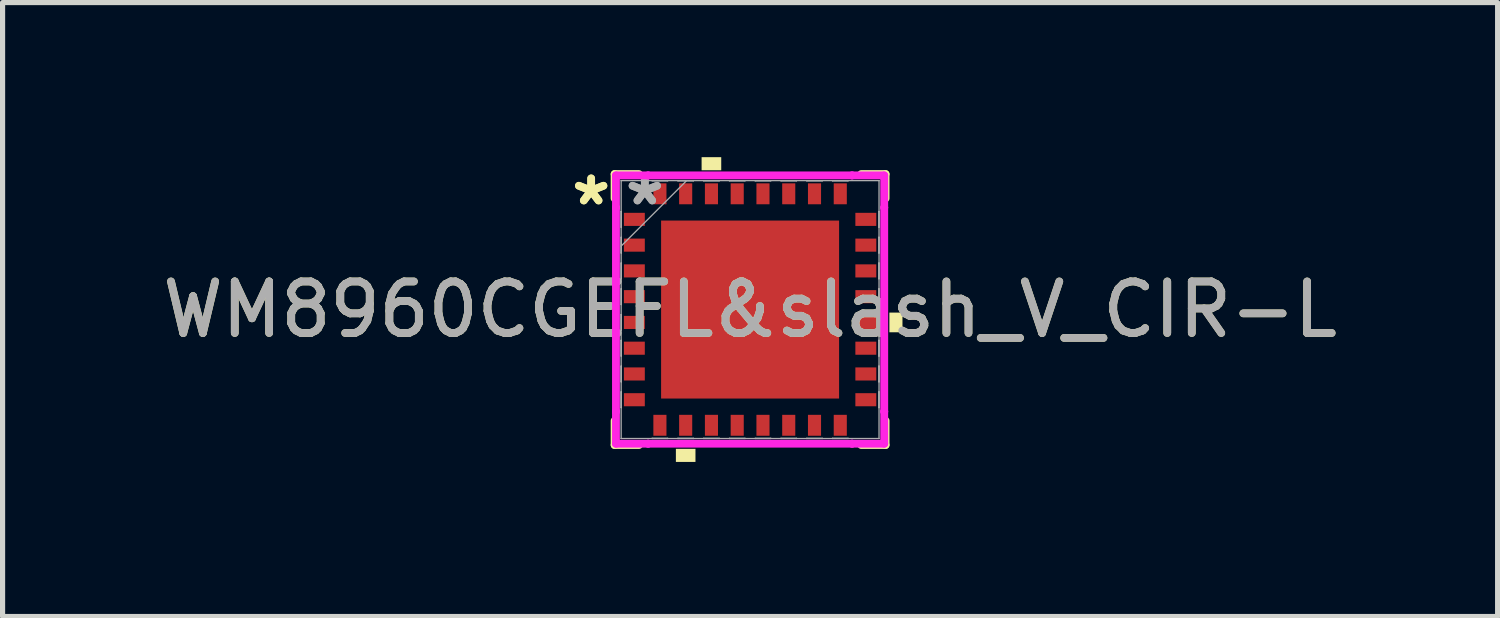
<source format=kicad_pcb>
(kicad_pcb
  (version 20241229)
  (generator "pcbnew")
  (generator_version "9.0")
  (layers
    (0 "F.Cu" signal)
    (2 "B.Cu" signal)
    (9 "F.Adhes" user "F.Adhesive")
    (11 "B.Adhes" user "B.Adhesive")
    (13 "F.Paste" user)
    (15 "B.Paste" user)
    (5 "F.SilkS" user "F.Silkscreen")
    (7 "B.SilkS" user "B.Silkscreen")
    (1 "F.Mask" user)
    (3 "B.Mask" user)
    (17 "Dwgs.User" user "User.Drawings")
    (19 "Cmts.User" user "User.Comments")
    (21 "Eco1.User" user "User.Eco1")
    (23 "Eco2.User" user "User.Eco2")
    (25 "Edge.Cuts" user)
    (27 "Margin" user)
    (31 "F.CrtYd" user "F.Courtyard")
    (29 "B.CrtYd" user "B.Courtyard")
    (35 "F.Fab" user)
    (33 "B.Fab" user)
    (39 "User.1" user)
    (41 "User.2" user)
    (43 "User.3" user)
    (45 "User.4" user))
  (footprint "WM8960CGEFL&slash_V_CIR-L"
    (layer "F.Cu")
    (at 11.506 2.957)
    (property "Reference" "WM8960CGEFL&slash_V_CIR-L" (at 0 0 0) (unlocked yes) (layer "F.SilkS") (effects (font (size 1 1) (thickness 0.15))))
    (attr smd)
    (fp_line (start -2.629 -2.629) (end -2.629 -2.157) (stroke (width 0.152) (type solid)) (layer "F.SilkS"))
    (fp_line (start -2.629 2.157) (end -2.629 2.629) (stroke (width 0.152) (type solid)) (layer "F.SilkS"))
    (fp_line (start -2.629 2.629) (end -2.157 2.629) (stroke (width 0.152) (type solid)) (layer "F.SilkS"))
    (fp_line (start -2.157 -2.629) (end -2.629 -2.629) (stroke (width 0.152) (type solid)) (layer "F.SilkS"))
    (fp_line (start 2.157 2.629) (end 2.629 2.629) (stroke (width 0.152) (type solid)) (layer "F.SilkS"))
    (fp_line (start 2.629 -2.629) (end 2.157 -2.629) (stroke (width 0.152) (type solid)) (layer "F.SilkS"))
    (fp_line (start 2.629 -2.157) (end 2.629 -2.629) (stroke (width 0.152) (type solid)) (layer "F.SilkS"))
    (fp_line (start 2.629 2.629) (end 2.629 2.157) (stroke (width 0.152) (type solid)) (layer "F.SilkS"))
    (fp_poly (pts (xy -1.44 2.703) (xy -1.44 2.957) (xy -1.06 2.957) (xy -1.06 2.703)) (stroke (width 0) (type solid)) (fill yes) (layer "F.SilkS"))
    (fp_poly (pts (xy -0.941 -2.703) (xy -0.941 -2.957) (xy -0.56 -2.957) (xy -0.56 -2.703)) (stroke (width 0) (type solid)) (fill yes) (layer "F.SilkS"))
    (fp_poly (pts (xy 2.957 0.059) (xy 2.957 0.441) (xy 2.703 0.441) (xy 2.703 0.059)) (stroke (width 0) (type solid)) (fill yes) (layer "F.SilkS"))
    (fp_poly (pts (xy -1.627 -1.627) (xy -1.627 -0.1) (xy -0.1 -0.1) (xy -0.1 -1.627)) (stroke (width 0) (type solid)) (fill yes) (layer "F.Paste"))
    (fp_poly (pts (xy -1.627 0.1) (xy -1.627 1.627) (xy -0.1 1.627) (xy -0.1 0.1)) (stroke (width 0) (type solid)) (fill yes) (layer "F.Paste"))
    (fp_poly (pts (xy 0.1 -1.627) (xy 0.1 -0.1) (xy 1.627 -0.1) (xy 1.627 -1.627)) (stroke (width 0) (type solid)) (fill yes) (layer "F.Paste"))
    (fp_poly (pts (xy 0.1 0.1) (xy 0.1 1.627) (xy 1.627 1.627) (xy 1.627 0.1)) (stroke (width 0) (type solid)) (fill yes) (layer "F.Paste"))
    (fp_line (start -2.603 -2.603) (end -1.979 -2.603) (stroke (width 0.152) (type solid)) (layer "F.CrtYd"))
    (fp_line (start -2.603 -1.979) (end -2.603 -2.603) (stroke (width 0.152) (type solid)) (layer "F.CrtYd"))
    (fp_line (start -2.603 -1.979) (end -2.603 -1.979) (stroke (width 0.152) (type solid)) (layer "F.CrtYd"))
    (fp_line (start -2.603 1.979) (end -2.603 -1.979) (stroke (width 0.152) (type solid)) (layer "F.CrtYd"))
    (fp_line (start -2.603 1.979) (end -2.603 1.979) (stroke (width 0.152) (type solid)) (layer "F.CrtYd"))
    (fp_line (start -2.603 2.603) (end -2.603 1.979) (stroke (width 0.152) (type solid)) (layer "F.CrtYd"))
    (fp_line (start -1.979 -2.603) (end -1.979 -2.603) (stroke (width 0.152) (type solid)) (layer "F.CrtYd"))
    (fp_line (start -1.979 -2.603) (end 1.979 -2.603) (stroke (width 0.152) (type solid)) (layer "F.CrtYd"))
    (fp_line (start -1.979 2.603) (end -2.603 2.603) (stroke (width 0.152) (type solid)) (layer "F.CrtYd"))
    (fp_line (start -1.979 2.603) (end -1.979 2.603) (stroke (width 0.152) (type solid)) (layer "F.CrtYd"))
    (fp_line (start 1.979 -2.603) (end 1.979 -2.603) (stroke (width 0.152) (type solid)) (layer "F.CrtYd"))
    (fp_line (start 1.979 -2.603) (end 2.603 -2.603) (stroke (width 0.152) (type solid)) (layer "F.CrtYd"))
    (fp_line (start 1.979 2.603) (end -1.979 2.603) (stroke (width 0.152) (type solid)) (layer "F.CrtYd"))
    (fp_line (start 1.979 2.603) (end 1.979 2.603) (stroke (width 0.152) (type solid)) (layer "F.CrtYd"))
    (fp_line (start 2.603 -2.603) (end 2.603 -1.979) (stroke (width 0.152) (type solid)) (layer "F.CrtYd"))
    (fp_line (start 2.603 -1.979) (end 2.603 -1.979) (stroke (width 0.152) (type solid)) (layer "F.CrtYd"))
    (fp_line (start 2.603 -1.979) (end 2.603 1.979) (stroke (width 0.152) (type solid)) (layer "F.CrtYd"))
    (fp_line (start 2.603 1.979) (end 2.603 1.979) (stroke (width 0.152) (type solid)) (layer "F.CrtYd"))
    (fp_line (start 2.603 1.979) (end 2.603 2.603) (stroke (width 0.152) (type solid)) (layer "F.CrtYd"))
    (fp_line (start 2.603 2.603) (end 1.979 2.603) (stroke (width 0.152) (type solid)) (layer "F.CrtYd"))
    (fp_line (start -2.502 -2.502) (end -2.502 -2.502) (stroke (width 0.025) (type solid)) (layer "F.Fab"))
    (fp_line (start -2.502 -2.502) (end -2.502 2.502) (stroke (width 0.025) (type solid)) (layer "F.Fab"))
    (fp_line (start -2.502 -1.902) (end -2.5 -1.902) (stroke (width 0.025) (type solid)) (layer "F.Fab"))
    (fp_line (start -2.502 -1.598) (end -2.502 -1.902) (stroke (width 0.025) (type solid)) (layer "F.Fab"))
    (fp_line (start -2.502 -1.402) (end -2.5 -1.402) (stroke (width 0.025) (type solid)) (layer "F.Fab"))
    (fp_line (start -2.502 -1.232) (end -1.232 -2.502) (stroke (width 0.025) (type solid)) (layer "F.Fab"))
    (fp_line (start -2.502 -1.098) (end -2.502 -1.402) (stroke (width 0.025) (type solid)) (layer "F.Fab"))
    (fp_line (start -2.502 -0.902) (end -2.5 -0.902) (stroke (width 0.025) (type solid)) (layer "F.Fab"))
    (fp_line (start -2.502 -0.598) (end -2.502 -0.902) (stroke (width 0.025) (type solid)) (layer "F.Fab"))
    (fp_line (start -2.502 -0.402) (end -2.5 -0.402) (stroke (width 0.025) (type solid)) (layer "F.Fab"))
    (fp_line (start -2.502 -0.098) (end -2.502 -0.402) (stroke (width 0.025) (type solid)) (layer "F.Fab"))
    (fp_line (start -2.502 0.098) (end -2.5 0.098) (stroke (width 0.025) (type solid)) (layer "F.Fab"))
    (fp_line (start -2.502 0.402) (end -2.502 0.098) (stroke (width 0.025) (type solid)) (layer "F.Fab"))
    (fp_line (start -2.502 0.598) (end -2.5 0.598) (stroke (width 0.025) (type solid)) (layer "F.Fab"))
    (fp_line (start -2.502 0.902) (end -2.502 0.598) (stroke (width 0.025) (type solid)) (layer "F.Fab"))
    (fp_line (start -2.502 1.098) (end -2.5 1.098) (stroke (width 0.025) (type solid)) (layer "F.Fab"))
    (fp_line (start -2.502 1.402) (end -2.502 1.098) (stroke (width 0.025) (type solid)) (layer "F.Fab"))
    (fp_line (start -2.502 1.598) (end -2.5 1.598) (stroke (width 0.025) (type solid)) (layer "F.Fab"))
    (fp_line (start -2.502 1.902) (end -2.502 1.598) (stroke (width 0.025) (type solid)) (layer "F.Fab"))
    (fp_line (start -2.502 2.502) (end -2.502 2.502) (stroke (width 0.025) (type solid)) (layer "F.Fab"))
    (fp_line (start -2.502 2.502) (end 2.502 2.502) (stroke (width 0.025) (type solid)) (layer "F.Fab"))
    (fp_line (start -2.5 -1.902) (end -2.5 -1.598) (stroke (width 0.025) (type solid)) (layer "F.Fab"))
    (fp_line (start -2.5 -1.598) (end -2.502 -1.598) (stroke (width 0.025) (type solid)) (layer "F.Fab"))
    (fp_line (start -2.5 -1.402) (end -2.5 -1.098) (stroke (width 0.025) (type solid)) (layer "F.Fab"))
    (fp_line (start -2.5 -1.098) (end -2.502 -1.098) (stroke (width 0.025) (type solid)) (layer "F.Fab"))
    (fp_line (start -2.5 -0.902) (end -2.5 -0.598) (stroke (width 0.025) (type solid)) (layer "F.Fab"))
    (fp_line (start -2.5 -0.598) (end -2.502 -0.598) (stroke (width 0.025) (type solid)) (layer "F.Fab"))
    (fp_line (start -2.5 -0.402) (end -2.5 -0.098) (stroke (width 0.025) (type solid)) (layer "F.Fab"))
    (fp_line (start -2.5 -0.098) (end -2.502 -0.098) (stroke (width 0.025) (type solid)) (layer "F.Fab"))
    (fp_line (start -2.5 0.098) (end -2.5 0.402) (stroke (width 0.025) (type solid)) (layer "F.Fab"))
    (fp_line (start -2.5 0.402) (end -2.502 0.402) (stroke (width 0.025) (type solid)) (layer "F.Fab"))
    (fp_line (start -2.5 0.598) (end -2.5 0.902) (stroke (width 0.025) (type solid)) (layer "F.Fab"))
    (fp_line (start -2.5 0.902) (end -2.502 0.902) (stroke (width 0.025) (type solid)) (layer "F.Fab"))
    (fp_line (start -2.5 1.098) (end -2.5 1.402) (stroke (width 0.025) (type solid)) (layer "F.Fab"))
    (fp_line (start -2.5 1.402) (end -2.502 1.402) (stroke (width 0.025) (type solid)) (layer "F.Fab"))
    (fp_line (start -2.5 1.598) (end -2.5 1.902) (stroke (width 0.025) (type solid)) (layer "F.Fab"))
    (fp_line (start -2.5 1.902) (end -2.502 1.902) (stroke (width 0.025) (type solid)) (layer "F.Fab"))
    (fp_line (start -1.902 -2.502) (end -1.598 -2.502) (stroke (width 0.025) (type solid)) (layer "F.Fab"))
    (fp_line (start -1.902 -2.5) (end -1.902 -2.502) (stroke (width 0.025) (type solid)) (layer "F.Fab"))
    (fp_line (start -1.902 2.5) (end -1.598 2.5) (stroke (width 0.025) (type solid)) (layer "F.Fab"))
    (fp_line (start -1.902 2.502) (end -1.902 2.5) (stroke (width 0.025) (type solid)) (layer "F.Fab"))
    (fp_line (start -1.598 -2.502) (end -1.598 -2.5) (stroke (width 0.025) (type solid)) (layer "F.Fab"))
    (fp_line (start -1.598 -2.5) (end -1.902 -2.5) (stroke (width 0.025) (type solid)) (layer "F.Fab"))
    (fp_line (start -1.598 2.5) (end -1.598 2.502) (stroke (width 0.025) (type solid)) (layer "F.Fab"))
    (fp_line (start -1.598 2.502) (end -1.902 2.502) (stroke (width 0.025) (type solid)) (layer "F.Fab"))
    (fp_line (start -1.402 -2.502) (end -1.098 -2.502) (stroke (width 0.025) (type solid)) (layer "F.Fab"))
    (fp_line (start -1.402 -2.5) (end -1.402 -2.502) (stroke (width 0.025) (type solid)) (layer "F.Fab"))
    (fp_line (start -1.402 2.5) (end -1.098 2.5) (stroke (width 0.025) (type solid)) (layer "F.Fab"))
    (fp_line (start -1.402 2.502) (end -1.402 2.5) (stroke (width 0.025) (type solid)) (layer "F.Fab"))
    (fp_line (start -1.098 -2.502) (end -1.098 -2.5) (stroke (width 0.025) (type solid)) (layer "F.Fab"))
    (fp_line (start -1.098 -2.5) (end -1.402 -2.5) (stroke (width 0.025) (type solid)) (layer "F.Fab"))
    (fp_line (start -1.098 2.5) (end -1.098 2.502) (stroke (width 0.025) (type solid)) (layer "F.Fab"))
    (fp_line (start -1.098 2.502) (end -1.402 2.502) (stroke (width 0.025) (type solid)) (layer "F.Fab"))
    (fp_line (start -0.902 -2.502) (end -0.598 -2.502) (stroke (width 0.025) (type solid)) (layer "F.Fab"))
    (fp_line (start -0.902 -2.5) (end -0.902 -2.502) (stroke (width 0.025) (type solid)) (layer "F.Fab"))
    (fp_line (start -0.902 2.5) (end -0.598 2.5) (stroke (width 0.025) (type solid)) (layer "F.Fab"))
    (fp_line (start -0.902 2.502) (end -0.902 2.5) (stroke (width 0.025) (type solid)) (layer "F.Fab"))
    (fp_line (start -0.598 -2.502) (end -0.598 -2.5) (stroke (width 0.025) (type solid)) (layer "F.Fab"))
    (fp_line (start -0.598 -2.5) (end -0.902 -2.5) (stroke (width 0.025) (type solid)) (layer "F.Fab"))
    (fp_line (start -0.598 2.5) (end -0.598 2.502) (stroke (width 0.025) (type solid)) (layer "F.Fab"))
    (fp_line (start -0.598 2.502) (end -0.902 2.502) (stroke (width 0.025) (type solid)) (layer "F.Fab"))
    (fp_line (start -0.402 -2.502) (end -0.098 -2.502) (stroke (width 0.025) (type solid)) (layer "F.Fab"))
    (fp_line (start -0.402 -2.5) (end -0.402 -2.502) (stroke (width 0.025) (type solid)) (layer "F.Fab"))
    (fp_line (start -0.402 2.5) (end -0.098 2.5) (stroke (width 0.025) (type solid)) (layer "F.Fab"))
    (fp_line (start -0.402 2.502) (end -0.402 2.5) (stroke (width 0.025) (type solid)) (layer "F.Fab"))
    (fp_line (start -0.098 -2.502) (end -0.098 -2.5) (stroke (width 0.025) (type solid)) (layer "F.Fab"))
    (fp_line (start -0.098 -2.5) (end -0.402 -2.5) (stroke (width 0.025) (type solid)) (layer "F.Fab"))
    (fp_line (start -0.098 2.5) (end -0.098 2.502) (stroke (width 0.025) (type solid)) (layer "F.Fab"))
    (fp_line (start -0.098 2.502) (end -0.402 2.502) (stroke (width 0.025) (type solid)) (layer "F.Fab"))
    (fp_line (start 0.098 -2.502) (end 0.402 -2.502) (stroke (width 0.025) (type solid)) (layer "F.Fab"))
    (fp_line (start 0.098 -2.5) (end 0.098 -2.502) (stroke (width 0.025) (type solid)) (layer "F.Fab"))
    (fp_line (start 0.098 2.5) (end 0.402 2.5) (stroke (width 0.025) (type solid)) (layer "F.Fab"))
    (fp_line (start 0.098 2.502) (end 0.098 2.5) (stroke (width 0.025) (type solid)) (layer "F.Fab"))
    (fp_line (start 0.402 -2.502) (end 0.402 -2.5) (stroke (width 0.025) (type solid)) (layer "F.Fab"))
    (fp_line (start 0.402 -2.5) (end 0.098 -2.5) (stroke (width 0.025) (type solid)) (layer "F.Fab"))
    (fp_line (start 0.402 2.5) (end 0.402 2.502) (stroke (width 0.025) (type solid)) (layer "F.Fab"))
    (fp_line (start 0.402 2.502) (end 0.098 2.502) (stroke (width 0.025) (type solid)) (layer "F.Fab"))
    (fp_line (start 0.598 -2.502) (end 0.902 -2.502) (stroke (width 0.025) (type solid)) (layer "F.Fab"))
    (fp_line (start 0.598 -2.5) (end 0.598 -2.502) (stroke (width 0.025) (type solid)) (layer "F.Fab"))
    (fp_line (start 0.598 2.5) (end 0.902 2.5) (stroke (width 0.025) (type solid)) (layer "F.Fab"))
    (fp_line (start 0.598 2.502) (end 0.598 2.5) (stroke (width 0.025) (type solid)) (layer "F.Fab"))
    (fp_line (start 0.902 -2.502) (end 0.902 -2.5) (stroke (width 0.025) (type solid)) (layer "F.Fab"))
    (fp_line (start 0.902 -2.5) (end 0.598 -2.5) (stroke (width 0.025) (type solid)) (layer "F.Fab"))
    (fp_line (start 0.902 2.5) (end 0.902 2.502) (stroke (width 0.025) (type solid)) (layer "F.Fab"))
    (fp_line (start 0.902 2.502) (end 0.598 2.502) (stroke (width 0.025) (type solid)) (layer "F.Fab"))
    (fp_line (start 1.098 -2.502) (end 1.402 -2.502) (stroke (width 0.025) (type solid)) (layer "F.Fab"))
    (fp_line (start 1.098 -2.5) (end 1.098 -2.502) (stroke (width 0.025) (type solid)) (layer "F.Fab"))
    (fp_line (start 1.098 2.5) (end 1.402 2.5) (stroke (width 0.025) (type solid)) (layer "F.Fab"))
    (fp_line (start 1.098 2.502) (end 1.098 2.5) (stroke (width 0.025) (type solid)) (layer "F.Fab"))
    (fp_line (start 1.402 -2.502) (end 1.402 -2.5) (stroke (width 0.025) (type solid)) (layer "F.Fab"))
    (fp_line (start 1.402 -2.5) (end 1.098 -2.5) (stroke (width 0.025) (type solid)) (layer "F.Fab"))
    (fp_line (start 1.402 2.5) (end 1.402 2.502) (stroke (width 0.025) (type solid)) (layer "F.Fab"))
    (fp_line (start 1.402 2.502) (end 1.098 2.502) (stroke (width 0.025) (type solid)) (layer "F.Fab"))
    (fp_line (start 1.598 -2.502) (end 1.902 -2.502) (stroke (width 0.025) (type solid)) (layer "F.Fab"))
    (fp_line (start 1.598 -2.5) (end 1.598 -2.502) (stroke (width 0.025) (type solid)) (layer "F.Fab"))
    (fp_line (start 1.598 2.5) (end 1.902 2.5) (stroke (width 0.025) (type solid)) (layer "F.Fab"))
    (fp_line (start 1.598 2.502) (end 1.598 2.5) (stroke (width 0.025) (type solid)) (layer "F.Fab"))
    (fp_line (start 1.902 -2.502) (end 1.902 -2.5) (stroke (width 0.025) (type solid)) (layer "F.Fab"))
    (fp_line (start 1.902 -2.5) (end 1.598 -2.5) (stroke (width 0.025) (type solid)) (layer "F.Fab"))
    (fp_line (start 1.902 2.5) (end 1.902 2.502) (stroke (width 0.025) (type solid)) (layer "F.Fab"))
    (fp_line (start 1.902 2.502) (end 1.598 2.502) (stroke (width 0.025) (type solid)) (layer "F.Fab"))
    (fp_line (start 2.5 -1.902) (end 2.502 -1.902) (stroke (width 0.025) (type solid)) (layer "F.Fab"))
    (fp_line (start 2.5 -1.598) (end 2.5 -1.902) (stroke (width 0.025) (type solid)) (layer "F.Fab"))
    (fp_line (start 2.5 -1.402) (end 2.502 -1.402) (stroke (width 0.025) (type solid)) (layer "F.Fab"))
    (fp_line (start 2.5 -1.098) (end 2.5 -1.402) (stroke (width 0.025) (type solid)) (layer "F.Fab"))
    (fp_line (start 2.5 -0.902) (end 2.502 -0.902) (stroke (width 0.025) (type solid)) (layer "F.Fab"))
    (fp_line (start 2.5 -0.598) (end 2.5 -0.902) (stroke (width 0.025) (type solid)) (layer "F.Fab"))
    (fp_line (start 2.5 -0.402) (end 2.502 -0.402) (stroke (width 0.025) (type solid)) (layer "F.Fab"))
    (fp_line (start 2.5 -0.098) (end 2.5 -0.402) (stroke (width 0.025) (type solid)) (layer "F.Fab"))
    (fp_line (start 2.5 0.098) (end 2.502 0.098) (stroke (width 0.025) (type solid)) (layer "F.Fab"))
    (fp_line (start 2.5 0.402) (end 2.5 0.098) (stroke (width 0.025) (type solid)) (layer "F.Fab"))
    (fp_line (start 2.5 0.598) (end 2.502 0.598) (stroke (width 0.025) (type solid)) (layer "F.Fab"))
    (fp_line (start 2.5 0.902) (end 2.5 0.598) (stroke (width 0.025) (type solid)) (layer "F.Fab"))
    (fp_line (start 2.5 1.098) (end 2.502 1.098) (stroke (width 0.025) (type solid)) (layer "F.Fab"))
    (fp_line (start 2.5 1.402) (end 2.5 1.098) (stroke (width 0.025) (type solid)) (layer "F.Fab"))
    (fp_line (start 2.5 1.598) (end 2.502 1.598) (stroke (width 0.025) (type solid)) (layer "F.Fab"))
    (fp_line (start 2.5 1.902) (end 2.5 1.598) (stroke (width 0.025) (type solid)) (layer "F.Fab"))
    (fp_line (start 2.502 -2.502) (end -2.502 -2.502) (stroke (width 0.025) (type solid)) (layer "F.Fab"))
    (fp_line (start 2.502 -2.502) (end 2.502 -2.502) (stroke (width 0.025) (type solid)) (layer "F.Fab"))
    (fp_line (start 2.502 -1.902) (end 2.502 -1.598) (stroke (width 0.025) (type solid)) (layer "F.Fab"))
    (fp_line (start 2.502 -1.598) (end 2.5 -1.598) (stroke (width 0.025) (type solid)) (layer "F.Fab"))
    (fp_line (start 2.502 -1.402) (end 2.502 -1.098) (stroke (width 0.025) (type solid)) (layer "F.Fab"))
    (fp_line (start 2.502 -1.098) (end 2.5 -1.098) (stroke (width 0.025) (type solid)) (layer "F.Fab"))
    (fp_line (start 2.502 -0.902) (end 2.502 -0.598) (stroke (width 0.025) (type solid)) (layer "F.Fab"))
    (fp_line (start 2.502 -0.598) (end 2.5 -0.598) (stroke (width 0.025) (type solid)) (layer "F.Fab"))
    (fp_line (start 2.502 -0.402) (end 2.502 -0.098) (stroke (width 0.025) (type solid)) (layer "F.Fab"))
    (fp_line (start 2.502 -0.098) (end 2.5 -0.098) (stroke (width 0.025) (type solid)) (layer "F.Fab"))
    (fp_line (start 2.502 0.098) (end 2.502 0.402) (stroke (width 0.025) (type solid)) (layer "F.Fab"))
    (fp_line (start 2.502 0.402) (end 2.5 0.402) (stroke (width 0.025) (type solid)) (layer "F.Fab"))
    (fp_line (start 2.502 0.598) (end 2.502 0.902) (stroke (width 0.025) (type solid)) (layer "F.Fab"))
    (fp_line (start 2.502 0.902) (end 2.5 0.902) (stroke (width 0.025) (type solid)) (layer "F.Fab"))
    (fp_line (start 2.502 1.098) (end 2.502 1.402) (stroke (width 0.025) (type solid)) (layer "F.Fab"))
    (fp_line (start 2.502 1.402) (end 2.5 1.402) (stroke (width 0.025) (type solid)) (layer "F.Fab"))
    (fp_line (start 2.502 1.598) (end 2.502 1.902) (stroke (width 0.025) (type solid)) (layer "F.Fab"))
    (fp_line (start 2.502 1.902) (end 2.5 1.902) (stroke (width 0.025) (type solid)) (layer "F.Fab"))
    (fp_line (start 2.502 2.502) (end 2.502 -2.502) (stroke (width 0.025) (type solid)) (layer "F.Fab"))
    (fp_line (start 2.502 2.502) (end 2.502 2.502) (stroke (width 0.025) (type solid)) (layer "F.Fab"))
    (fp_text user "*" (at -3.084 -2 0) (layer "F.SilkS") (effects (font (size 1 1) (thickness 0.15))))
    (fp_text user "*" (at -3.084 -2 0) (unlocked yes) (layer "F.SilkS") (effects (font (size 1 1) (thickness 0.15))))
    (fp_text user "${REFERENCE}" (at 0 0 0) (unlocked yes) (layer "F.Fab") (effects (font (size 1 1) (thickness 0.15))))
    (fp_text user "*" (at -2.043 -2 0) (unlocked yes) (layer "F.Fab") (effects (font (size 1 1) (thickness 0.15))))
    (fp_text user "*" (at -2.043 -2 0) (layer "F.Fab") (effects (font (size 1 1) (thickness 0.15))))
    (pad "1" smd rect (at -2.246 -1.75 90) (size 0.254 0.406) (layers "F.Cu" "F.Mask" "F.Paste"))
    (pad "2" smd rect (at -2.246 -1.25 90) (size 0.254 0.406) (layers "F.Cu" "F.Mask" "F.Paste"))
    (pad "3" smd rect (at -2.246 -0.75 90) (size 0.254 0.406) (layers "F.Cu" "F.Mask" "F.Paste"))
    (pad "4" smd rect (at -2.246 -0.25 90) (size 0.254 0.406) (layers "F.Cu" "F.Mask" "F.Paste"))
    (pad "5" smd rect (at -2.246 0.25 90) (size 0.254 0.406) (layers "F.Cu" "F.Mask" "F.Paste"))
    (pad "6" smd rect (at -2.246 0.75 90) (size 0.254 0.406) (layers "F.Cu" "F.Mask" "F.Paste"))
    (pad "7" smd rect (at -2.246 1.25 90) (size 0.254 0.406) (layers "F.Cu" "F.Mask" "F.Paste"))
    (pad "8" smd rect (at -2.246 1.75 90) (size 0.254 0.406) (layers "F.Cu" "F.Mask" "F.Paste"))
    (pad "9" smd rect (at -1.75 2.246) (size 0.254 0.406) (layers "F.Cu" "F.Mask" "F.Paste"))
    (pad "10" smd rect (at -1.25 2.246) (size 0.254 0.406) (layers "F.Cu" "F.Mask" "F.Paste"))
    (pad "11" smd rect (at -0.75 2.246) (size 0.254 0.406) (layers "F.Cu" "F.Mask" "F.Paste"))
    (pad "12" smd rect (at -0.25 2.246) (size 0.254 0.406) (layers "F.Cu" "F.Mask" "F.Paste"))
    (pad "13" smd rect (at 0.25 2.246) (size 0.254 0.406) (layers "F.Cu" "F.Mask" "F.Paste"))
    (pad "14" smd rect (at 0.75 2.246) (size 0.254 0.406) (layers "F.Cu" "F.Mask" "F.Paste"))
    (pad "15" smd rect (at 1.25 2.246) (size 0.254 0.406) (layers "F.Cu" "F.Mask" "F.Paste"))
    (pad "16" smd rect (at 1.75 2.246) (size 0.254 0.406) (layers "F.Cu" "F.Mask" "F.Paste"))
    (pad "17" smd rect (at 2.246 1.75 90) (size 0.254 0.406) (layers "F.Cu" "F.Mask" "F.Paste"))
    (pad "18" smd rect (at 2.246 1.25 90) (size 0.254 0.406) (layers "F.Cu" "F.Mask" "F.Paste"))
    (pad "19" smd rect (at 2.246 0.75 90) (size 0.254 0.406) (layers "F.Cu" "F.Mask" "F.Paste"))
    (pad "20" smd rect (at 2.246 0.25 90) (size 0.254 0.406) (layers "F.Cu" "F.Mask" "F.Paste"))
    (pad "21" smd rect (at 2.246 -0.25 90) (size 0.254 0.406) (layers "F.Cu" "F.Mask" "F.Paste"))
    (pad "22" smd rect (at 2.246 -0.75 90) (size 0.254 0.406) (layers "F.Cu" "F.Mask" "F.Paste"))
    (pad "23" smd rect (at 2.246 -1.25 90) (size 0.254 0.406) (layers "F.Cu" "F.Mask" "F.Paste"))
    (pad "24" smd rect (at 2.246 -1.75 90) (size 0.254 0.406) (layers "F.Cu" "F.Mask" "F.Paste"))
    (pad "25" smd rect (at 1.75 -2.246) (size 0.254 0.406) (layers "F.Cu" "F.Mask" "F.Paste"))
    (pad "26" smd rect (at 1.25 -2.246) (size 0.254 0.406) (layers "F.Cu" "F.Mask" "F.Paste"))
    (pad "27" smd rect (at 0.75 -2.246) (size 0.254 0.406) (layers "F.Cu" "F.Mask" "F.Paste"))
    (pad "28" smd rect (at 0.25 -2.246) (size 0.254 0.406) (layers "F.Cu" "F.Mask" "F.Paste"))
    (pad "29" smd rect (at -0.25 -2.246) (size 0.254 0.406) (layers "F.Cu" "F.Mask" "F.Paste"))
    (pad "30" smd rect (at -0.75 -2.246) (size 0.254 0.406) (layers "F.Cu" "F.Mask" "F.Paste"))
    (pad "31" smd rect (at -1.25 -2.246) (size 0.254 0.406) (layers "F.Cu" "F.Mask" "F.Paste"))
    (pad "32" smd rect (at -1.75 -2.246) (size 0.254 0.406) (layers "F.Cu" "F.Mask" "F.Paste"))
    (pad "33" smd rect (at 0 0) (size 3.454 3.454) (layers "F.Cu" "F.Mask")))
  (gr_rect
    (start -3 -3)
    (end 26.012 8.914)
    (stroke (width 0.1) (type default))
    (fill no)
    (layer "Edge.Cuts")))
</source>
